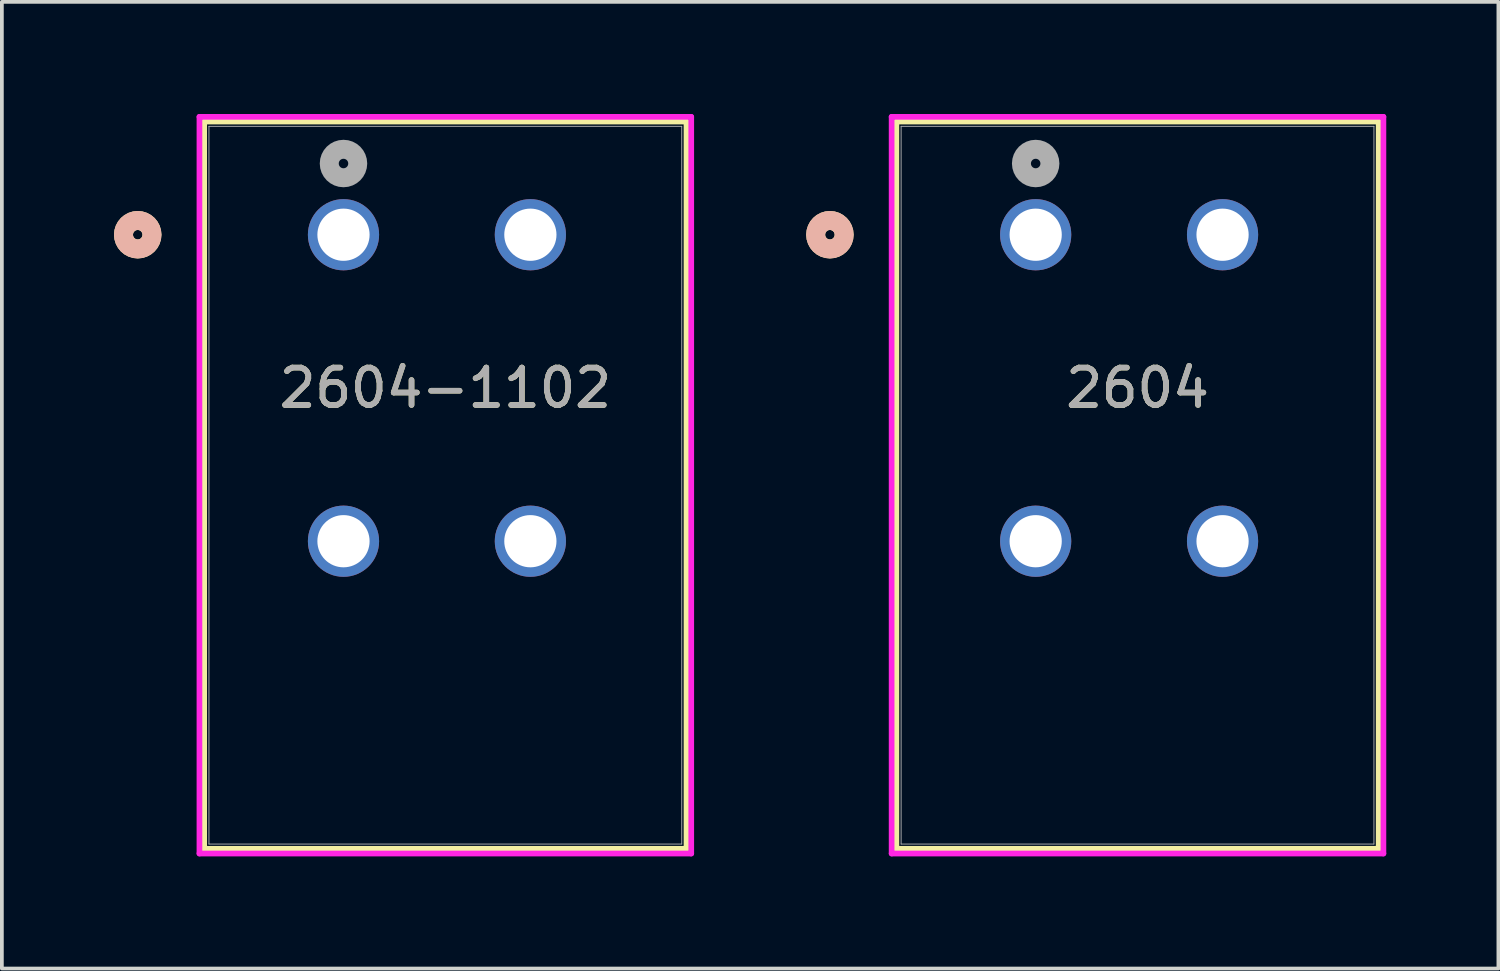
<source format=kicad_pcb>
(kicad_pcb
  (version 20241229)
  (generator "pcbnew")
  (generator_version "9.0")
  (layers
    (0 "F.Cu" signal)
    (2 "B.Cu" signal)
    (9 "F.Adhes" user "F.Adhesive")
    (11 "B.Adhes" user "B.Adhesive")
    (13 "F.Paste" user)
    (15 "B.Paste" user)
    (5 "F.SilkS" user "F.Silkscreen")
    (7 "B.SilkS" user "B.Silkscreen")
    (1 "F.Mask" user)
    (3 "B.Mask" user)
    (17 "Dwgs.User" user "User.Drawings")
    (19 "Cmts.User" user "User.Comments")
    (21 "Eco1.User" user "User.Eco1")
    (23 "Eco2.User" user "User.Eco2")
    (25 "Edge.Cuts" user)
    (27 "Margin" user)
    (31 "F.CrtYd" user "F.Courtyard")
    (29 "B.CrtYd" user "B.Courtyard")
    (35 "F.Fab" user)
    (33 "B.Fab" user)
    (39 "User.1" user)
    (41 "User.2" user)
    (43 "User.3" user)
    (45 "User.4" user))
  (footprint "2604-1102"
    (layer "F.Cu")
    (at 6.14 3.23)
    (property "Reference" "2604-1102" (at 2.725 4.1 0) (unlocked yes) (layer "F.SilkS") (effects (font (size 1 1) (thickness 0.15))))
    (attr through_hole)
    (fp_line (start -3.727 -3.027) (end -3.727 16.429) (stroke (width 0.152) (type solid)) (layer "F.SilkS"))
    (fp_line (start -3.727 16.429) (end 9.177 16.429) (stroke (width 0.152) (type solid)) (layer "F.SilkS"))
    (fp_line (start 9.177 -3.027) (end -3.727 -3.027) (stroke (width 0.152) (type solid)) (layer "F.SilkS"))
    (fp_line (start 9.177 16.429) (end 9.177 -3.027) (stroke (width 0.152) (type solid)) (layer "F.SilkS"))
    (fp_circle (center -5.505 0) (end -5.124 0) (stroke (width 0.508) (type solid)) (fill no) (layer "F.SilkS"))
    (fp_circle (center -5.505 0) (end -5.124 0) (stroke (width 0.508) (type solid)) (fill no) (layer "B.SilkS"))
    (fp_line (start -3.854 -3.154) (end -3.854 16.556) (stroke (width 0.152) (type solid)) (layer "F.CrtYd"))
    (fp_line (start -3.854 16.556) (end 9.304 16.556) (stroke (width 0.152) (type solid)) (layer "F.CrtYd"))
    (fp_line (start 9.304 -3.154) (end -3.854 -3.154) (stroke (width 0.152) (type solid)) (layer "F.CrtYd"))
    (fp_line (start 9.304 16.556) (end 9.304 -3.154) (stroke (width 0.152) (type solid)) (layer "F.CrtYd"))
    (fp_line (start -3.6 -2.9) (end -3.6 16.302) (stroke (width 0.025) (type solid)) (layer "F.Fab"))
    (fp_line (start -3.6 16.302) (end 9.05 16.302) (stroke (width 0.025) (type solid)) (layer "F.Fab"))
    (fp_line (start 9.05 -2.9) (end -3.6 -2.9) (stroke (width 0.025) (type solid)) (layer "F.Fab"))
    (fp_line (start 9.05 16.302) (end 9.05 -2.9) (stroke (width 0.025) (type solid)) (layer "F.Fab"))
    (fp_circle (center 0 -1.905) (end 0.381 -1.905) (stroke (width 0.508) (type solid)) (fill no) (layer "F.Fab"))
    (fp_text user "${REFERENCE}" (at 2.725 4.1 0) (unlocked yes) (layer "F.Fab") (effects (font (size 1 1) (thickness 0.15))))
    (pad "1_1" thru_hole circle (at 0 0) (size 1.905 1.905) (drill 1.397) (layers "*.Cu" "*.Mask"))
    (pad "1_2" thru_hole circle (at 0 8.2) (size 1.905 1.905) (drill 1.397) (layers "*.Cu" "*.Mask"))
    (pad "2_1" thru_hole circle (at 5 0) (size 1.905 1.905) (drill 1.397) (layers "*.Cu" "*.Mask"))
    (pad "2_2" thru_hole circle (at 5 8.2) (size 1.905 1.905) (drill 1.397) (layers "*.Cu" "*.Mask")))
  (footprint "2604"
    (layer "F.Cu")
    (at 24.659 3.23)
    (property "Reference" "2604" (at 2.725 4.1 0) (unlocked yes) (layer "F.SilkS") (effects (font (size 1 1) (thickness 0.15))))
    (attr through_hole)
    (fp_line (start -3.727 -3.027) (end -3.727 16.429) (stroke (width 0.152) (type solid)) (layer "F.SilkS"))
    (fp_line (start -3.727 16.429) (end 9.177 16.429) (stroke (width 0.152) (type solid)) (layer "F.SilkS"))
    (fp_line (start 9.177 -3.027) (end -3.727 -3.027) (stroke (width 0.152) (type solid)) (layer "F.SilkS"))
    (fp_line (start 9.177 16.429) (end 9.177 -3.027) (stroke (width 0.152) (type solid)) (layer "F.SilkS"))
    (fp_circle (center -5.505 0) (end -5.124 0) (stroke (width 0.508) (type solid)) (fill no) (layer "F.SilkS"))
    (fp_circle (center -5.505 0) (end -5.124 0) (stroke (width 0.508) (type solid)) (fill no) (layer "B.SilkS"))
    (fp_line (start -3.854 -3.154) (end -3.854 16.556) (stroke (width 0.152) (type solid)) (layer "F.CrtYd"))
    (fp_line (start -3.854 16.556) (end 9.304 16.556) (stroke (width 0.152) (type solid)) (layer "F.CrtYd"))
    (fp_line (start 9.304 -3.154) (end -3.854 -3.154) (stroke (width 0.152) (type solid)) (layer "F.CrtYd"))
    (fp_line (start 9.304 16.556) (end 9.304 -3.154) (stroke (width 0.152) (type solid)) (layer "F.CrtYd"))
    (fp_line (start -3.6 -2.9) (end -3.6 16.302) (stroke (width 0.025) (type solid)) (layer "F.Fab"))
    (fp_line (start -3.6 16.302) (end 9.05 16.302) (stroke (width 0.025) (type solid)) (layer "F.Fab"))
    (fp_line (start 9.05 -2.9) (end -3.6 -2.9) (stroke (width 0.025) (type solid)) (layer "F.Fab"))
    (fp_line (start 9.05 16.302) (end 9.05 -2.9) (stroke (width 0.025) (type solid)) (layer "F.Fab"))
    (fp_circle (center 0 -1.905) (end 0.381 -1.905) (stroke (width 0.508) (type solid)) (fill no) (layer "F.Fab"))
    (fp_text user "${REFERENCE}" (at 2.725 4.1 0) (unlocked yes) (layer "F.Fab") (effects (font (size 1 1) (thickness 0.15))))
    (pad "1_1" thru_hole circle (at 0 0) (size 1.905 1.905) (drill 1.397) (layers "*.Cu" "*.Mask"))
    (pad "1_2" thru_hole circle (at 0 8.2) (size 1.905 1.905) (drill 1.397) (layers "*.Cu" "*.Mask"))
    (pad "2_1" thru_hole circle (at 5 0) (size 1.905 1.905) (drill 1.397) (layers "*.Cu" "*.Mask"))
    (pad "2_2" thru_hole circle (at 5 8.2) (size 1.905 1.905) (drill 1.397) (layers "*.Cu" "*.Mask")))
  (gr_rect
    (start -3 -3)
    (end 37.039 22.863)
    (stroke (width 0.1) (type default))
    (fill no)
    (layer "Edge.Cuts")))
</source>
